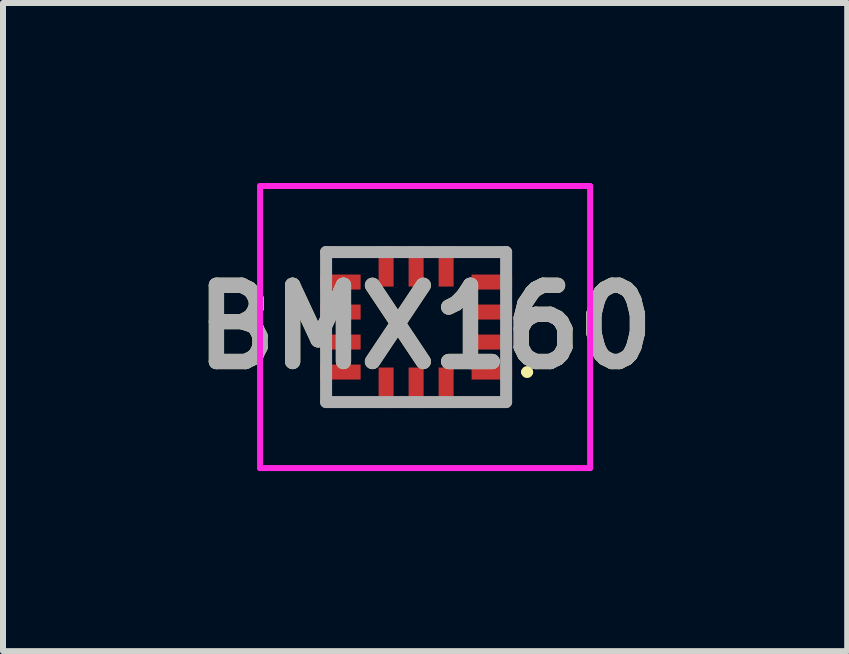
<source format=kicad_pcb>
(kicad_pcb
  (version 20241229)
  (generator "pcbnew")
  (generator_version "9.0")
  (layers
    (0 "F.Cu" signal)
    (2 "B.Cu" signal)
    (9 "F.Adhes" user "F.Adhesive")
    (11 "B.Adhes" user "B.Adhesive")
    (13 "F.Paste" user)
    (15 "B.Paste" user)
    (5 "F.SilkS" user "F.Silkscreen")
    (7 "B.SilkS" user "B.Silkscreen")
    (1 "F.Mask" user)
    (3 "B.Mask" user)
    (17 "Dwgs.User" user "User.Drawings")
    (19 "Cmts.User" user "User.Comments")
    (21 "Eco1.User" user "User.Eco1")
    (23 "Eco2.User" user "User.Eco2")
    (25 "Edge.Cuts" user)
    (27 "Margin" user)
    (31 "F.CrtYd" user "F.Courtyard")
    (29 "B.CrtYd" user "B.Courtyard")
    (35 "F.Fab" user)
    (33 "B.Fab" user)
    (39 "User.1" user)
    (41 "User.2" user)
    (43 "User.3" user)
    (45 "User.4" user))
  (footprint "BMX160"
    (layer "F.Cu")
    (at 3.884 2.4)
    (property "Reference" "BMX160" (at 0.15 0 0) (layer "F.SilkS") (effects (font (size 1.27 1.27) (thickness 0.254))))
    (attr smd)
    (fp_line (start -1.5 1.25) (end -0.8 1.25) (stroke (width 0.1) (type solid)) (layer "F.SilkS"))
    (fp_line (start -0.8 -1.25) (end -1.5 -1.25) (stroke (width 0.1) (type solid)) (layer "F.SilkS"))
    (fp_line (start 0.8 -1.25) (end 1.5 -1.25) (stroke (width 0.1) (type solid)) (layer "F.SilkS"))
    (fp_line (start 0.8 1.25) (end 1.5 1.25) (stroke (width 0.1) (type solid)) (layer "F.SilkS"))
    (fp_line (start 1.8 0.75) (end 1.8 0.75) (stroke (width 0.1) (type solid)) (layer "F.SilkS"))
    (fp_line (start 1.9 0.75) (end 1.9 0.75) (stroke (width 0.1) (type solid)) (layer "F.SilkS"))
    (fp_arc (start 1.8 0.75) (mid 1.85 0.7) (end 1.9 0.75) (stroke (width 0.1) (type solid)) (layer "F.SilkS"))
    (fp_arc (start 1.9 0.75) (mid 1.85 0.8) (end 1.8 0.75) (stroke (width 0.1) (type solid)) (layer "F.SilkS"))
    (fp_line (start -2.6 -2.35) (end 2.9 -2.35) (stroke (width 0.1) (type solid)) (layer "F.CrtYd"))
    (fp_line (start -2.6 2.35) (end -2.6 -2.35) (stroke (width 0.1) (type solid)) (layer "F.CrtYd"))
    (fp_line (start 2.9 -2.35) (end 2.9 2.35) (stroke (width 0.1) (type solid)) (layer "F.CrtYd"))
    (fp_line (start 2.9 2.35) (end -2.6 2.35) (stroke (width 0.1) (type solid)) (layer "F.CrtYd"))
    (fp_line (start -1.5 -1.25) (end 1.5 -1.25) (stroke (width 0.2) (type solid)) (layer "F.Fab"))
    (fp_line (start -1.5 1.25) (end -1.5 -1.25) (stroke (width 0.2) (type solid)) (layer "F.Fab"))
    (fp_line (start 1.5 -1.25) (end 1.5 1.25) (stroke (width 0.2) (type solid)) (layer "F.Fab"))
    (fp_line (start 1.5 1.25) (end -1.5 1.25) (stroke (width 0.2) (type solid)) (layer "F.Fab"))
    (fp_text user "${REFERENCE}" (at 0.15 0 0) (layer "F.Fab") (effects (font (size 1.27 1.27) (thickness 0.254))))
    (pad "1" smd rect (at 1.262 0.75 90) (size 0.25 0.675) (layers "F.Cu" "F.Mask" "F.Paste"))
    (pad "2" smd rect (at 1.262 0.25 90) (size 0.25 0.675) (layers "F.Cu" "F.Mask" "F.Paste"))
    (pad "3" smd rect (at 1.262 -0.25 90) (size 0.25 0.675) (layers "F.Cu" "F.Mask" "F.Paste"))
    (pad "4" smd rect (at 1.262 -0.75 90) (size 0.25 0.675) (layers "F.Cu" "F.Mask" "F.Paste"))
    (pad "5" smd rect (at 0.5 -1.012) (size 0.25 0.675) (layers "F.Cu" "F.Mask" "F.Paste"))
    (pad "6" smd rect (at 0 -1.012) (size 0.25 0.675) (layers "F.Cu" "F.Mask" "F.Paste"))
    (pad "7" smd rect (at -0.5 -1.012) (size 0.25 0.675) (layers "F.Cu" "F.Mask" "F.Paste"))
    (pad "8" smd rect (at -1.262 -0.75 90) (size 0.25 0.675) (layers "F.Cu" "F.Mask" "F.Paste"))
    (pad "9" smd rect (at -1.262 -0.25 90) (size 0.25 0.675) (layers "F.Cu" "F.Mask" "F.Paste"))
    (pad "10" smd rect (at -1.262 0.25 90) (size 0.25 0.675) (layers "F.Cu" "F.Mask" "F.Paste"))
    (pad "11" smd rect (at -1.262 0.75 90) (size 0.25 0.675) (layers "F.Cu" "F.Mask" "F.Paste"))
    (pad "12" smd rect (at -0.5 1.012) (size 0.25 0.675) (layers "F.Cu" "F.Mask" "F.Paste"))
    (pad "13" smd rect (at 0 1.012) (size 0.25 0.675) (layers "F.Cu" "F.Mask" "F.Paste"))
    (pad "14" smd rect (at 0.5 1.012) (size 0.25 0.675) (layers "F.Cu" "F.Mask" "F.Paste")))
  (gr_rect
    (start -3 -3)
    (end 11.068 7.8)
    (stroke (width 0.1) (type default))
    (fill no)
    (layer "Edge.Cuts")))
</source>
